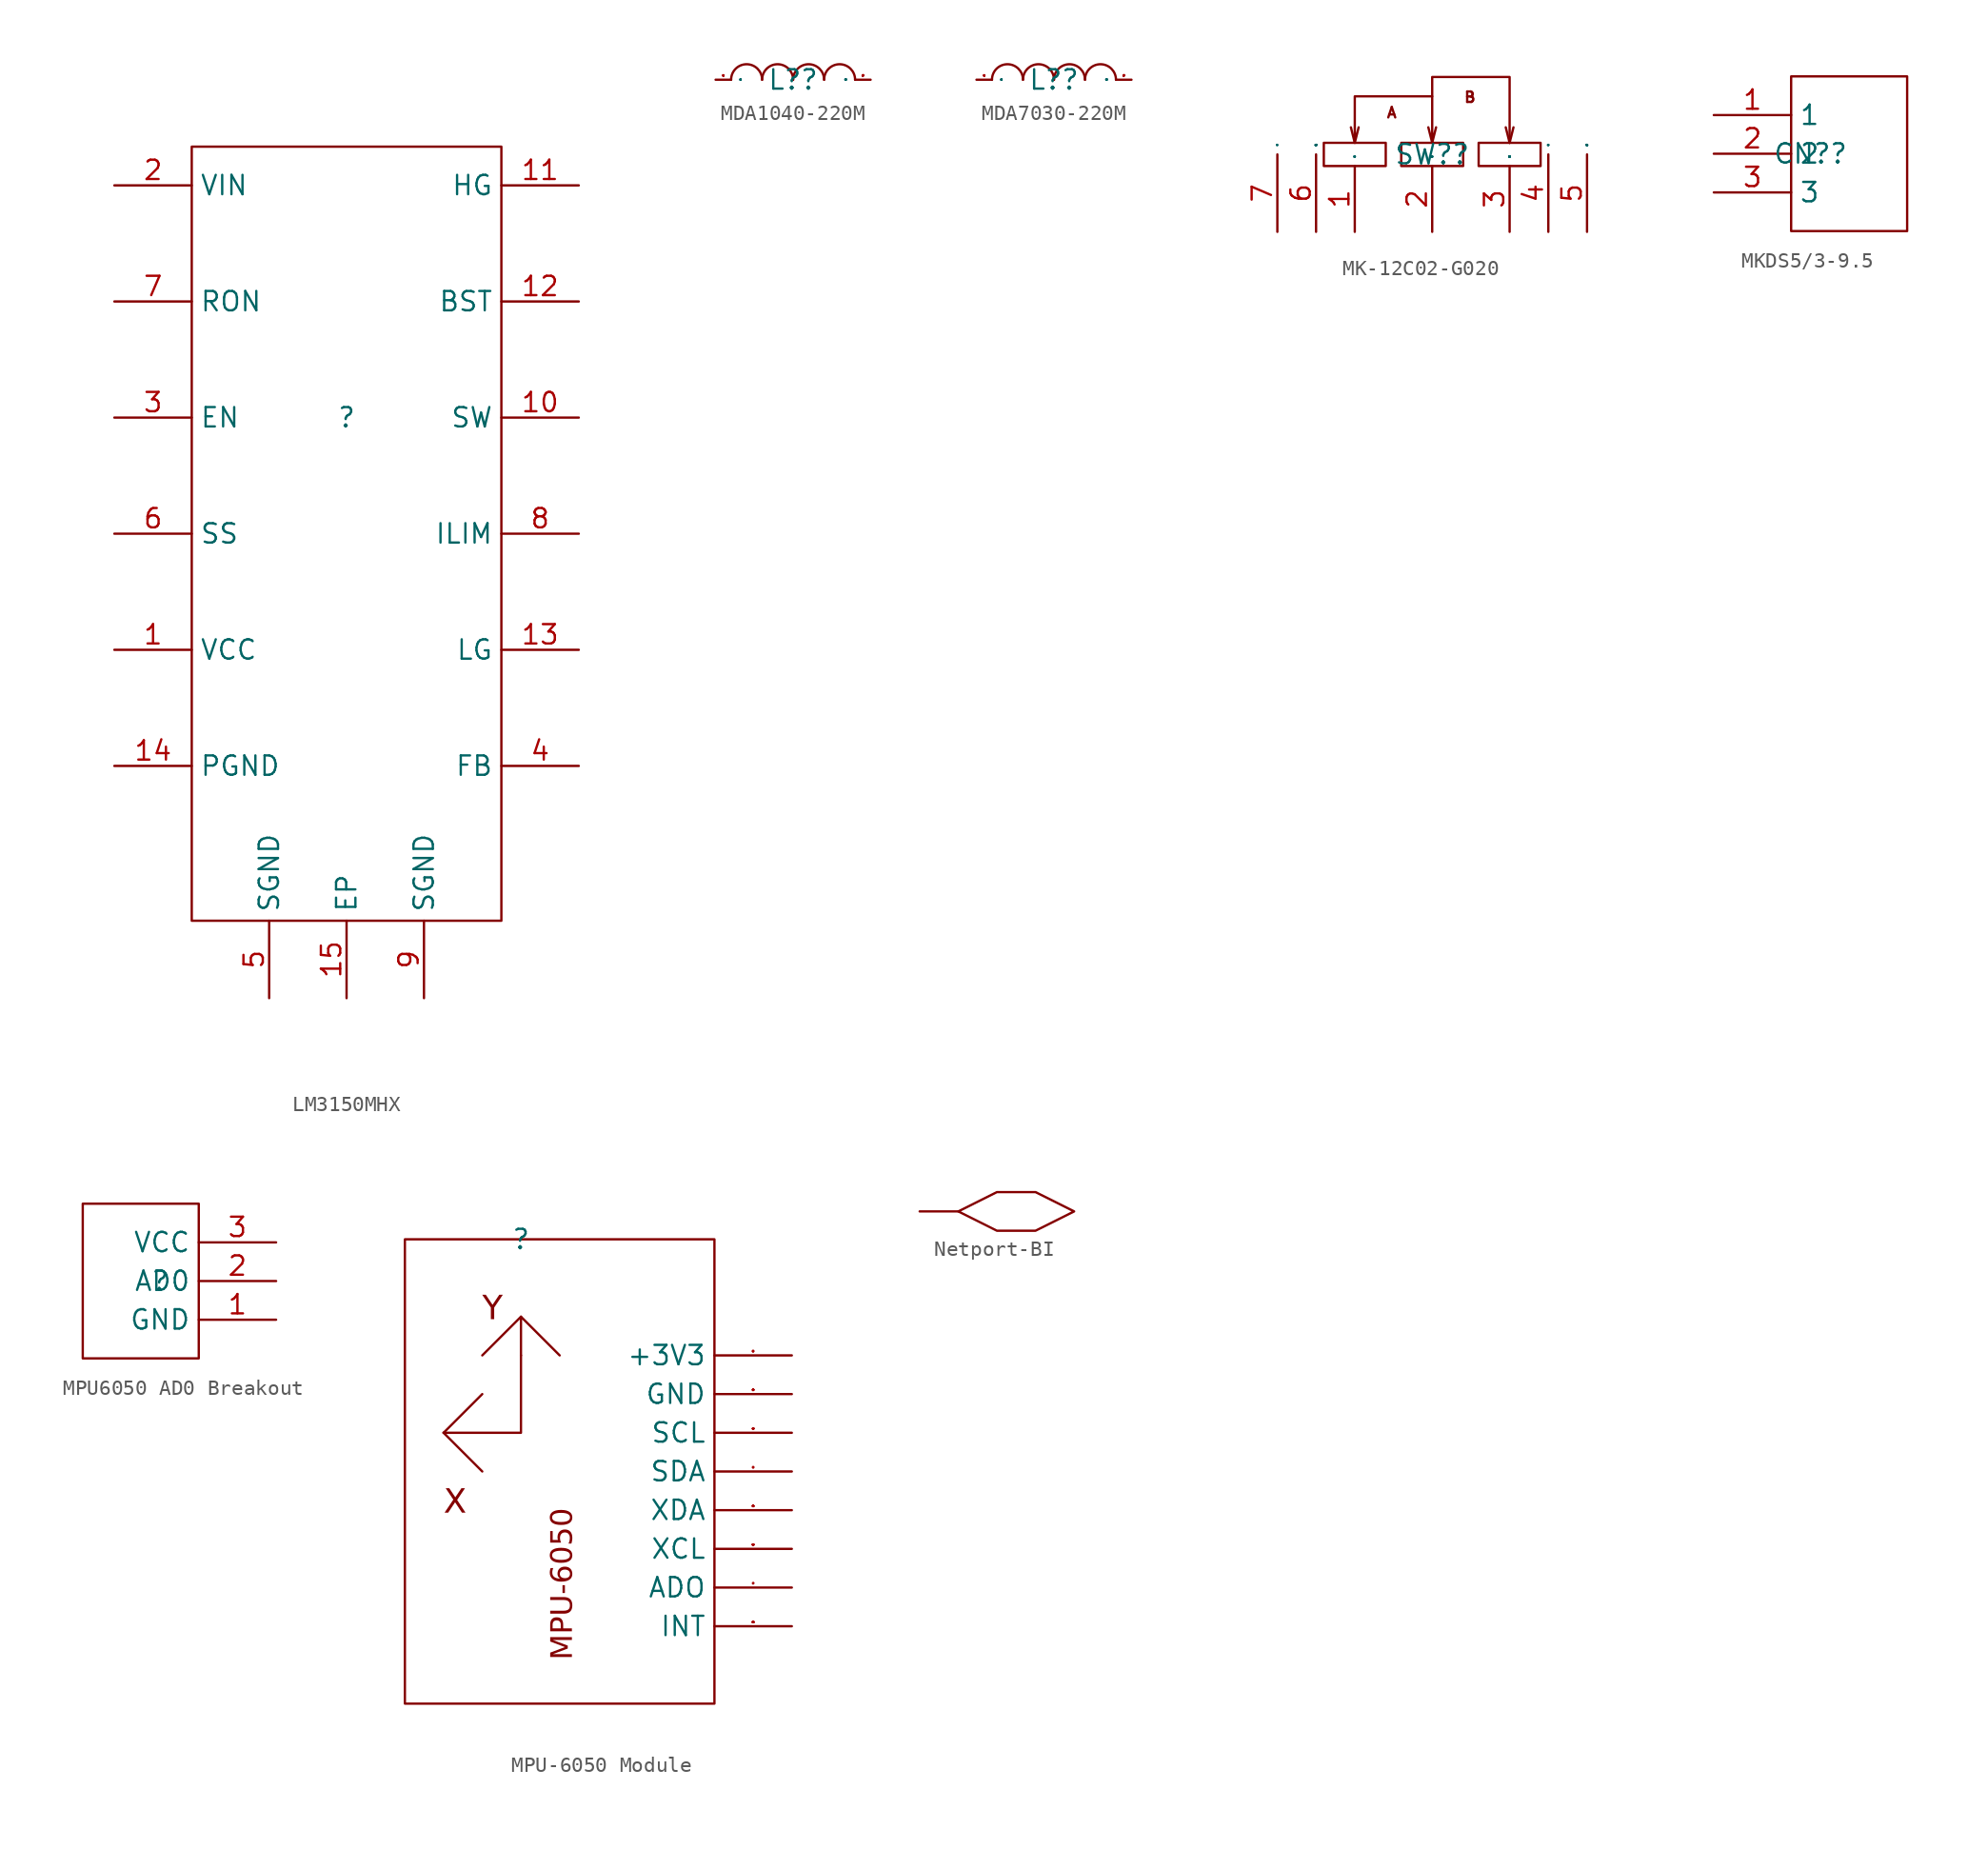
<source format=kicad_sym>
(kicad_symbol_lib
  (version 20231120)
  (generator "kicad_symbol_editor")
  (generator_version "8.0")
  (symbol "LM3150MHX"
    (property "Reference" ""
      (at 0 0 0)
      (effects (font (size 1.27 1.27))))
    (property "Value" ""
      (at 0 0 0)
      (effects (font (size 1.27 1.27))))
    (symbol "LM3150MHX_1_0"
      (rectangle (start -10.16 17.78) (end 10.16 -33.02) (stroke (width 0) (type default)) (fill (type none)))
      (pin input line (at -15.24 -15.24 0) (length 5.08) (name "VCC" (effects (font (size 1.27 1.27)))) (number "1" (effects (font (size 1.27 1.27)))))
      (pin input line (at 15.24 0 180) (length 5.08) (name "SW" (effects (font (size 1.27 1.27)))) (number "10" (effects (font (size 1.27 1.27)))))
      (pin input line (at 15.24 15.24 180) (length 5.08) (name "HG" (effects (font (size 1.27 1.27)))) (number "11" (effects (font (size 1.27 1.27)))))
      (pin input line (at 15.24 7.62 180) (length 5.08) (name "BST" (effects (font (size 1.27 1.27)))) (number "12" (effects (font (size 1.27 1.27)))))
      (pin input line (at 15.24 -15.24 180) (length 5.08) (name "LG" (effects (font (size 1.27 1.27)))) (number "13" (effects (font (size 1.27 1.27)))))
      (pin input line (at -15.24 -22.86 0) (length 5.08) (name "PGND" (effects (font (size 1.27 1.27)))) (number "14" (effects (font (size 1.27 1.27)))))
      (pin input line (at 0 -38.1 90) (length 5.08) (name "EP" (effects (font (size 1.27 1.27)))) (number "15" (effects (font (size 1.27 1.27)))))
      (pin input line (at -15.24 15.24 0) (length 5.08) (name "VIN" (effects (font (size 1.27 1.27)))) (number "2" (effects (font (size 1.27 1.27)))))
      (pin input line (at -15.24 0 0) (length 5.08) (name "EN" (effects (font (size 1.27 1.27)))) (number "3" (effects (font (size 1.27 1.27)))))
      (pin input line (at 15.24 -22.86 180) (length 5.08) (name "FB" (effects (font (size 1.27 1.27)))) (number "4" (effects (font (size 1.27 1.27)))))
      (pin input line (at -5.08 -38.1 90) (length 5.08) (name "SGND" (effects (font (size 1.27 1.27)))) (number "5" (effects (font (size 1.27 1.27)))))
      (pin input line (at -15.24 -7.62 0) (length 5.08) (name "SS" (effects (font (size 1.27 1.27)))) (number "6" (effects (font (size 1.27 1.27)))))
      (pin input line (at -15.24 7.62 0) (length 5.08) (name "RON" (effects (font (size 1.27 1.27)))) (number "7" (effects (font (size 1.27 1.27)))))
      (pin input line (at 15.24 -7.62 180) (length 5.08) (name "ILIM" (effects (font (size 1.27 1.27)))) (number "8" (effects (font (size 1.27 1.27)))))
      (pin input line (at 5.08 -38.1 90) (length 5.08) (name "SGND" (effects (font (size 1.27 1.27)))) (number "9" (effects (font (size 1.27 1.27)))))))
  (symbol "MDA1040-220M"
    (property "Reference" "L?"
      (at 0 0 0)
      (effects (font (size 1.27 1.27))))
    (property "Value" ""
      (at 0 0 0)
      (effects (font (size 1.27 1.27))))
    (symbol "MDA1040-220M_1_0"
      (arc (start -2.032 0) (mid -3.048 1.0163) (end -4.064 0) (stroke (width 0) (type default)) (fill (type none)))
      (arc (start 0 0) (mid -1.016 1.0163) (end -2.032 0) (stroke (width 0) (type default)) (fill (type none)))
      (arc (start 2.032 0) (mid 1.016 1.016) (end 0 0) (stroke (width 0) (type default)) (fill (type none)))
      (arc (start 4.064 0) (mid 3.048 1.016) (end 2.032 0) (stroke (width 0) (type default)) (fill (type none)))
      (pin input line (at -5.08 0 0) (length 1.016) (name "1" (effects (font (size 0.025 0.025)))) (number "1" (effects (font (size 0.025 0.025)))))
      (pin input line (at 5.08 0 180) (length 1.016) (name "2" (effects (font (size 0.025 0.025)))) (number "2" (effects (font (size 0.025 0.025)))))))
  (symbol "MDA7030-220M"
    (property "Reference" "L?"
      (at 0 0 0)
      (effects (font (size 1.27 1.27))))
    (property "Value" ""
      (at 0 0 0)
      (effects (font (size 1.27 1.27))))
    (symbol "MDA7030-220M_1_0"
      (arc (start -2.032 0) (mid -3.048 1.0163) (end -4.064 0) (stroke (width 0) (type default)) (fill (type none)))
      (arc (start 0 0) (mid -1.016 1.0163) (end -2.032 0) (stroke (width 0) (type default)) (fill (type none)))
      (arc (start 2.032 0) (mid 1.016 1.016) (end 0 0) (stroke (width 0) (type default)) (fill (type none)))
      (arc (start 4.064 0) (mid 3.048 1.016) (end 2.032 0) (stroke (width 0) (type default)) (fill (type none)))
      (pin input line (at -5.08 0 0) (length 1.016) (name "1" (effects (font (size 0.025 0.025)))) (number "1" (effects (font (size 0.025 0.025)))))
      (pin input line (at 5.08 0 180) (length 1.016) (name "2" (effects (font (size 0.025 0.025)))) (number "2" (effects (font (size 0.025 0.025)))))))
  (symbol "MK-12C02-G020"
    (property "Reference" "SW?"
      (at 0 0 0)
      (effects (font (size 1.27 1.27))))
    (property "Value" ""
      (at 0 0 0)
      (effects (font (size 1.27 1.27))))
    (symbol "MK-12C02-G020_1_0"
      (rectangle (start -7.112 -0.762) (end -3.048 0.762) (stroke (width 0) (type default)) (fill (type none)))
      (rectangle (start -2.032 -0.762) (end 2.032 0.762) (stroke (width 0) (type default)) (fill (type none)))
      (polyline (pts (xy -5.08 0.762) (xy -5.334 1.778)) (stroke (width 0) (type default)) (fill (type none)))
      (polyline (pts (xy 0 0.762) (xy -0.254 1.778)) (stroke (width 0) (type default)) (fill (type none)))
      (polyline (pts (xy 5.08 0.762) (xy 4.826 1.778)) (stroke (width 0) (type default)) (fill (type none)))
      (polyline (pts (xy 5.08 0.762) (xy 5.334 1.778)) (stroke (width 0) (type default)) (fill (type none)))
      (polyline (pts (xy 0 3.81) (xy -5.08 3.81) (xy -5.08 3.81) (xy -5.08 0.762) (xy -5.08 0.762) (xy -4.826 1.778)) (stroke (width 0) (type default)) (fill (type none)))
      (polyline (pts (xy 5.08 0.762) (xy 5.08 5.08) (xy 5.08 5.08) (xy 0 5.08) (xy 0 5.08) (xy 0 0.762) (xy 0 0.762) (xy 0.254 1.778)) (stroke (width 0) (type default)) (fill (type none)))
      (rectangle (start 3.048 -0.762) (end 7.112 0.762) (stroke (width 0) (type default)) (fill (type none)))
      (text "A" (at -3.048 2.337 0) (effects (font (size 0.686 0.686)) (justify left bottom)))
      (text "B" (at 2.032 3.353 0) (effects (font (size 0.686 0.686)) (justify left bottom)))
      (pin input line (at -5.08 -5.08 90) (length 4.318) (name "1" (effects (font (size 0.025 0.025)))) (number "1" (effects (font (size 1.27 1.27)))))
      (pin input line (at 0 -5.08 90) (length 4.318) (name "2" (effects (font (size 0.025 0.025)))) (number "2" (effects (font (size 1.27 1.27)))))
      (pin input line (at 5.08 -5.08 90) (length 4.318) (name "3" (effects (font (size 0.025 0.025)))) (number "3" (effects (font (size 1.27 1.27)))))
      (pin input line (at 7.62 -5.08 90) (length 5.08) (name "4" (effects (font (size 0.025 0.025)))) (number "4" (effects (font (size 1.27 1.27)))))
      (pin input line (at 10.16 -5.08 90) (length 5.08) (name "5" (effects (font (size 0.025 0.025)))) (number "5" (effects (font (size 1.27 1.27)))))
      (pin input line (at -7.62 -5.08 90) (length 5.08) (name "6" (effects (font (size 0.025 0.025)))) (number "6" (effects (font (size 1.27 1.27)))))
      (pin input line (at -10.16 -5.08 90) (length 5.08) (name "7" (effects (font (size 0.025 0.025)))) (number "7" (effects (font (size 1.27 1.27)))))))
  (symbol "MKDS5/3-9.5"
    (property "Reference" "CN?"
      (at 0 0 0)
      (effects (font (size 1.27 1.27))))
    (property "Value" ""
      (at 0 0 0)
      (effects (font (size 1.27 1.27))))
    (symbol "MKDS5/3-9.5_1_0"
      (rectangle (start -1.27 -5.08) (end 6.35 5.08) (stroke (width 0) (type default)) (fill (type none)))
      (pin input line (at -6.35 2.54 0) (length 5.08) (name "1" (effects (font (size 1.27 1.27)))) (number "1" (effects (font (size 1.27 1.27)))))
      (pin input line (at -6.35 0 0) (length 5.08) (name "2" (effects (font (size 1.27 1.27)))) (number "2" (effects (font (size 1.27 1.27)))))
      (pin input line (at -6.35 -2.54 0) (length 5.08) (name "3" (effects (font (size 1.27 1.27)))) (number "3" (effects (font (size 1.27 1.27)))))))
  (symbol "MPU6050 AD0 Breakout"
    (property "Reference" ""
      (at 0 0 0)
      (effects (font (size 1.27 1.27))))
    (property "Value" ""
      (at 0 0 0)
      (effects (font (size 1.27 1.27))))
    (symbol "MPU6050 AD0 Breakout_1_0"
      (rectangle (start -5.08 5.08) (end 2.54 -5.08) (stroke (width 0) (type default)) (fill (type none)))
      (pin input line (at 7.62 -2.54 180) (length 5.08) (name "GND" (effects (font (size 1.27 1.27)))) (number "1" (effects (font (size 1.27 1.27)))))
      (pin input line (at 7.62 0 180) (length 5.08) (name "AD0" (effects (font (size 1.27 1.27)))) (number "2" (effects (font (size 1.27 1.27)))))
      (pin input line (at 7.62 2.54 180) (length 5.08) (name "VCC" (effects (font (size 1.27 1.27)))) (number "3" (effects (font (size 1.27 1.27)))))))
  (symbol "MPU-6050 Module"
    (property "Reference" ""
      (at 0 0 0)
      (effects (font (size 1.27 1.27))))
    (property "Value" ""
      (at 0 0 0)
      (effects (font (size 1.27 1.27))))
    (symbol "MPU-6050 Module_1_0"
      (rectangle (start -7.62 -30.48) (end 12.7 0) (stroke (width 0) (type default)) (fill (type none)))
      (polyline (pts (xy -5.08 -12.7) (xy -2.54 -15.24)) (stroke (width 0) (type default)) (fill (type none)))
      (polyline (pts (xy -5.08 -12.7) (xy -2.54 -10.16)) (stroke (width 0) (type default)) (fill (type none)))
      (polyline (pts (xy 0 -5.08) (xy -2.54 -7.62)) (stroke (width 0) (type default)) (fill (type none)))
      (polyline (pts (xy 0 -7.62) (xy 0 -12.7) (xy -5.08 -12.7)) (stroke (width 0) (type default)) (fill (type none)))
      (polyline (pts (xy 0 -7.62) (xy 0 -5.08) (xy 2.54 -7.62)) (stroke (width 0) (type default)) (fill (type none)))
      (text "MPU-6050" (at 3.581 -27.61 900) (effects (font (face "宋体") (size 1.397 1.397)) (justify left bottom)))
      (text "X" (at -5.08 -18.212 0) (effects (font (face "宋体") (size 1.575 1.575)) (justify left bottom)))
      (text "Y" (at -2.54 -5.512 0) (effects (font (face "宋体") (size 1.575 1.575)) (justify left bottom)))
      (pin input line (at 17.78 -7.62 180) (length 5.08) (name "+3V3" (effects (font (size 1.27 1.27)))) (number "1" (effects (font (size 0.025 0.025)))))
      (pin input line (at 17.78 -10.16 180) (length 5.08) (name "GND" (effects (font (size 1.27 1.27)))) (number "2" (effects (font (size 0.025 0.025)))))
      (pin input line (at 17.78 -12.7 180) (length 5.08) (name "SCL" (effects (font (size 1.27 1.27)))) (number "3" (effects (font (size 0.025 0.025)))))
      (pin input line (at 17.78 -15.24 180) (length 5.08) (name "SDA" (effects (font (size 1.27 1.27)))) (number "4" (effects (font (size 0.025 0.025)))))
      (pin input line (at 17.78 -17.78 180) (length 5.08) (name "XDA" (effects (font (size 1.27 1.27)))) (number "5" (effects (font (size 0.025 0.025)))))
      (pin input line (at 17.78 -20.32 180) (length 5.08) (name "XCL" (effects (font (size 1.27 1.27)))) (number "6" (effects (font (size 0.025 0.025)))))
      (pin input line (at 17.78 -22.86 180) (length 5.08) (name "ADO" (effects (font (size 1.27 1.27)))) (number "7" (effects (font (size 0.025 0.025)))))
      (pin input line (at 17.78 -25.4 180) (length 5.08) (name "INT" (effects (font (size 1.27 1.27)))) (number "8" (effects (font (size 0.025 0.025)))))))
  (symbol "Netport-BI"
    (power)
    (pin_numbers hide)
    (pin_names hide)
    (property "Reference" "#PWR"
      (at 0 0 0)
      (effects (font (size 1.27 1.27)) (hide yes)))
    (property "Value" ""
      (at 0 0 0)
      (effects (font (size 1.27 1.27))))
    (symbol "Netport-BI_1_0"
      (polyline (pts (xy 2.54 0) (xy 5.08 1.27) (xy 7.62 1.27) (xy 10.16 0) (xy 7.62 -1.27) (xy 5.08 -1.27) (xy 2.54 0)) (stroke (width 0) (type default)) (fill (type none)))
      (pin bidirectional line (at 0 0 0) (length 2.54) (name "BI" (effects (font (size 0.025 0.025)))) (number "1" (effects (font (size 0.025 0.025))))))))
</source>
